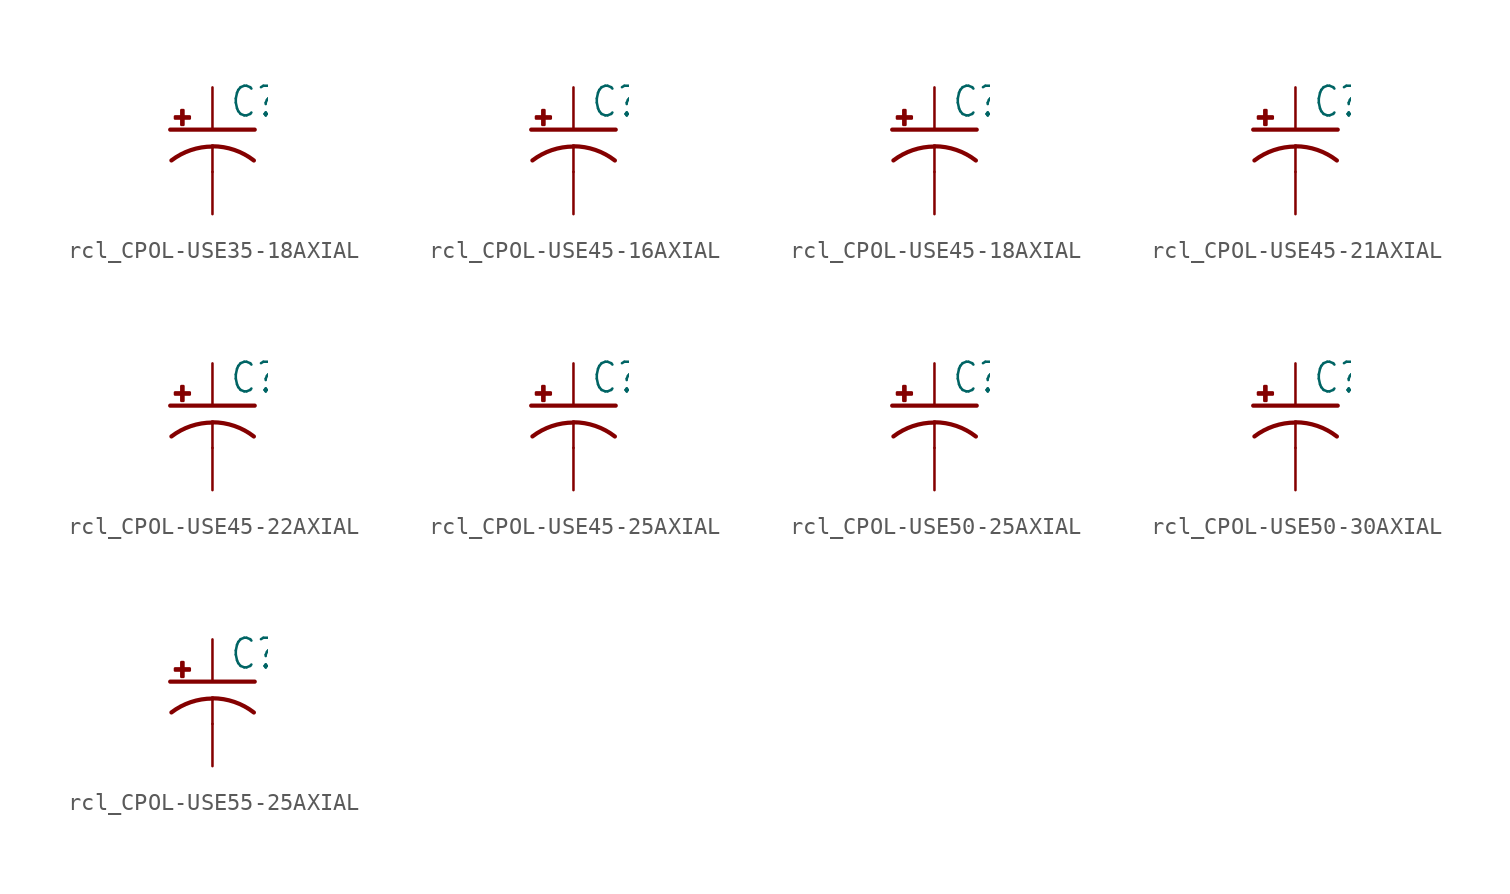
<source format=kicad_sym>
(kicad_symbol_lib
  (version 20220914)
  (generator kicad_symbol_editor)
  (symbol "rcl_CPOL-USE35-18AXIAL"
    (property "Reference" "C"
      (at 1.016 0.635 0)
      (effects (font (size 1.778 1.511)) (justify left bottom)))
    (property "Value" ""
      (at 1.016 -4.191 0)
      (effects (font (size 1.778 1.511)) (justify left bottom)))
    (property "ki_locked" ""
      (at 0 0 0)
      (effects (font (size 1.27 1.27))))
    (symbol "rcl_CPOL-USE35-18AXIAL_1_0"
      (rectangle (start -2.253 0.668) (end -1.364 0.795) (stroke (width 0) (type default)) (fill (type outline)))
      (rectangle (start -1.872 0.287) (end -1.745 1.176) (stroke (width 0) (type default)) (fill (type outline)))
      (arc (start 0 -1.0161) (mid -1.3021 -1.2303) (end -2.4669 -1.8504) (stroke (width 0.254) (type solid)) (fill (type none)))
      (polyline (pts (xy -2.54 0) (xy 2.54 0)) (stroke (width 0.254) (type solid)) (fill (type none)))
      (polyline (pts (xy 0 -1.016) (xy 0 -2.54)) (stroke (width 0.152) (type solid)) (fill (type none)))
      (arc (start 2.4892 -1.8541) (mid 1.3158 -1.2194) (end 0 -1) (stroke (width 0.254) (type solid)) (fill (type none)))
      (pin passive line (at 0 2.54 270) (length 2.54) (name "+" (effects (font (size 0 0)))) (number "+" (effects (font (size 0 0)))))
      (pin passive line (at 0 -5.08 90) (length 2.54) (name "-" (effects (font (size 0 0)))) (number "-" (effects (font (size 0 0)))))))
  (symbol "rcl_CPOL-USE45-16AXIAL"
    (property "Reference" "C"
      (at 1.016 0.635 0)
      (effects (font (size 1.778 1.511)) (justify left bottom)))
    (property "Value" ""
      (at 1.016 -4.191 0)
      (effects (font (size 1.778 1.511)) (justify left bottom)))
    (property "ki_locked" ""
      (at 0 0 0)
      (effects (font (size 1.27 1.27))))
    (symbol "rcl_CPOL-USE45-16AXIAL_1_0"
      (rectangle (start -2.253 0.668) (end -1.364 0.795) (stroke (width 0) (type default)) (fill (type outline)))
      (rectangle (start -1.872 0.287) (end -1.745 1.176) (stroke (width 0) (type default)) (fill (type outline)))
      (arc (start 0 -1.0161) (mid -1.3021 -1.2303) (end -2.4669 -1.8504) (stroke (width 0.254) (type solid)) (fill (type none)))
      (polyline (pts (xy -2.54 0) (xy 2.54 0)) (stroke (width 0.254) (type solid)) (fill (type none)))
      (polyline (pts (xy 0 -1.016) (xy 0 -2.54)) (stroke (width 0.152) (type solid)) (fill (type none)))
      (arc (start 2.4892 -1.8541) (mid 1.3158 -1.2194) (end 0 -1) (stroke (width 0.254) (type solid)) (fill (type none)))
      (pin passive line (at 0 2.54 270) (length 2.54) (name "+" (effects (font (size 0 0)))) (number "+" (effects (font (size 0 0)))))
      (pin passive line (at 0 -5.08 90) (length 2.54) (name "-" (effects (font (size 0 0)))) (number "-" (effects (font (size 0 0)))))))
  (symbol "rcl_CPOL-USE45-18AXIAL"
    (property "Reference" "C"
      (at 1.016 0.635 0)
      (effects (font (size 1.778 1.511)) (justify left bottom)))
    (property "Value" ""
      (at 1.016 -4.191 0)
      (effects (font (size 1.778 1.511)) (justify left bottom)))
    (property "ki_locked" ""
      (at 0 0 0)
      (effects (font (size 1.27 1.27))))
    (symbol "rcl_CPOL-USE45-18AXIAL_1_0"
      (rectangle (start -2.253 0.668) (end -1.364 0.795) (stroke (width 0) (type default)) (fill (type outline)))
      (rectangle (start -1.872 0.287) (end -1.745 1.176) (stroke (width 0) (type default)) (fill (type outline)))
      (arc (start 0 -1.0161) (mid -1.3021 -1.2303) (end -2.4669 -1.8504) (stroke (width 0.254) (type solid)) (fill (type none)))
      (polyline (pts (xy -2.54 0) (xy 2.54 0)) (stroke (width 0.254) (type solid)) (fill (type none)))
      (polyline (pts (xy 0 -1.016) (xy 0 -2.54)) (stroke (width 0.152) (type solid)) (fill (type none)))
      (arc (start 2.4892 -1.8541) (mid 1.3158 -1.2194) (end 0 -1) (stroke (width 0.254) (type solid)) (fill (type none)))
      (pin passive line (at 0 2.54 270) (length 2.54) (name "+" (effects (font (size 0 0)))) (number "+" (effects (font (size 0 0)))))
      (pin passive line (at 0 -5.08 90) (length 2.54) (name "-" (effects (font (size 0 0)))) (number "-" (effects (font (size 0 0)))))))
  (symbol "rcl_CPOL-USE45-21AXIAL"
    (property "Reference" "C"
      (at 1.016 0.635 0)
      (effects (font (size 1.778 1.511)) (justify left bottom)))
    (property "Value" ""
      (at 1.016 -4.191 0)
      (effects (font (size 1.778 1.511)) (justify left bottom)))
    (property "ki_locked" ""
      (at 0 0 0)
      (effects (font (size 1.27 1.27))))
    (symbol "rcl_CPOL-USE45-21AXIAL_1_0"
      (rectangle (start -2.253 0.668) (end -1.364 0.795) (stroke (width 0) (type default)) (fill (type outline)))
      (rectangle (start -1.872 0.287) (end -1.745 1.176) (stroke (width 0) (type default)) (fill (type outline)))
      (arc (start 0 -1.0161) (mid -1.3021 -1.2303) (end -2.4669 -1.8504) (stroke (width 0.254) (type solid)) (fill (type none)))
      (polyline (pts (xy -2.54 0) (xy 2.54 0)) (stroke (width 0.254) (type solid)) (fill (type none)))
      (polyline (pts (xy 0 -1.016) (xy 0 -2.54)) (stroke (width 0.152) (type solid)) (fill (type none)))
      (arc (start 2.4892 -1.8541) (mid 1.3158 -1.2194) (end 0 -1) (stroke (width 0.254) (type solid)) (fill (type none)))
      (pin passive line (at 0 2.54 270) (length 2.54) (name "+" (effects (font (size 0 0)))) (number "+" (effects (font (size 0 0)))))
      (pin passive line (at 0 -5.08 90) (length 2.54) (name "-" (effects (font (size 0 0)))) (number "-" (effects (font (size 0 0)))))))
  (symbol "rcl_CPOL-USE45-22AXIAL"
    (property "Reference" "C"
      (at 1.016 0.635 0)
      (effects (font (size 1.778 1.511)) (justify left bottom)))
    (property "Value" ""
      (at 1.016 -4.191 0)
      (effects (font (size 1.778 1.511)) (justify left bottom)))
    (property "ki_locked" ""
      (at 0 0 0)
      (effects (font (size 1.27 1.27))))
    (symbol "rcl_CPOL-USE45-22AXIAL_1_0"
      (rectangle (start -2.253 0.668) (end -1.364 0.795) (stroke (width 0) (type default)) (fill (type outline)))
      (rectangle (start -1.872 0.287) (end -1.745 1.176) (stroke (width 0) (type default)) (fill (type outline)))
      (arc (start 0 -1.0161) (mid -1.3021 -1.2303) (end -2.4669 -1.8504) (stroke (width 0.254) (type solid)) (fill (type none)))
      (polyline (pts (xy -2.54 0) (xy 2.54 0)) (stroke (width 0.254) (type solid)) (fill (type none)))
      (polyline (pts (xy 0 -1.016) (xy 0 -2.54)) (stroke (width 0.152) (type solid)) (fill (type none)))
      (arc (start 2.4892 -1.8541) (mid 1.3158 -1.2194) (end 0 -1) (stroke (width 0.254) (type solid)) (fill (type none)))
      (pin passive line (at 0 2.54 270) (length 2.54) (name "+" (effects (font (size 0 0)))) (number "+" (effects (font (size 0 0)))))
      (pin passive line (at 0 -5.08 90) (length 2.54) (name "-" (effects (font (size 0 0)))) (number "-" (effects (font (size 0 0)))))))
  (symbol "rcl_CPOL-USE45-25AXIAL"
    (property "Reference" "C"
      (at 1.016 0.635 0)
      (effects (font (size 1.778 1.511)) (justify left bottom)))
    (property "Value" ""
      (at 1.016 -4.191 0)
      (effects (font (size 1.778 1.511)) (justify left bottom)))
    (property "ki_locked" ""
      (at 0 0 0)
      (effects (font (size 1.27 1.27))))
    (symbol "rcl_CPOL-USE45-25AXIAL_1_0"
      (rectangle (start -2.253 0.668) (end -1.364 0.795) (stroke (width 0) (type default)) (fill (type outline)))
      (rectangle (start -1.872 0.287) (end -1.745 1.176) (stroke (width 0) (type default)) (fill (type outline)))
      (arc (start 0 -1.0161) (mid -1.3021 -1.2303) (end -2.4669 -1.8504) (stroke (width 0.254) (type solid)) (fill (type none)))
      (polyline (pts (xy -2.54 0) (xy 2.54 0)) (stroke (width 0.254) (type solid)) (fill (type none)))
      (polyline (pts (xy 0 -1.016) (xy 0 -2.54)) (stroke (width 0.152) (type solid)) (fill (type none)))
      (arc (start 2.4892 -1.8541) (mid 1.3158 -1.2194) (end 0 -1) (stroke (width 0.254) (type solid)) (fill (type none)))
      (pin passive line (at 0 2.54 270) (length 2.54) (name "+" (effects (font (size 0 0)))) (number "+" (effects (font (size 0 0)))))
      (pin passive line (at 0 -5.08 90) (length 2.54) (name "-" (effects (font (size 0 0)))) (number "-" (effects (font (size 0 0)))))))
  (symbol "rcl_CPOL-USE50-25AXIAL"
    (property "Reference" "C"
      (at 1.016 0.635 0)
      (effects (font (size 1.778 1.511)) (justify left bottom)))
    (property "Value" ""
      (at 1.016 -4.191 0)
      (effects (font (size 1.778 1.511)) (justify left bottom)))
    (property "ki_locked" ""
      (at 0 0 0)
      (effects (font (size 1.27 1.27))))
    (symbol "rcl_CPOL-USE50-25AXIAL_1_0"
      (rectangle (start -2.253 0.668) (end -1.364 0.795) (stroke (width 0) (type default)) (fill (type outline)))
      (rectangle (start -1.872 0.287) (end -1.745 1.176) (stroke (width 0) (type default)) (fill (type outline)))
      (arc (start 0 -1.0161) (mid -1.3021 -1.2303) (end -2.4669 -1.8504) (stroke (width 0.254) (type solid)) (fill (type none)))
      (polyline (pts (xy -2.54 0) (xy 2.54 0)) (stroke (width 0.254) (type solid)) (fill (type none)))
      (polyline (pts (xy 0 -1.016) (xy 0 -2.54)) (stroke (width 0.152) (type solid)) (fill (type none)))
      (arc (start 2.4892 -1.8541) (mid 1.3158 -1.2194) (end 0 -1) (stroke (width 0.254) (type solid)) (fill (type none)))
      (pin passive line (at 0 2.54 270) (length 2.54) (name "+" (effects (font (size 0 0)))) (number "+" (effects (font (size 0 0)))))
      (pin passive line (at 0 -5.08 90) (length 2.54) (name "-" (effects (font (size 0 0)))) (number "-" (effects (font (size 0 0)))))))
  (symbol "rcl_CPOL-USE50-30AXIAL"
    (property "Reference" "C"
      (at 1.016 0.635 0)
      (effects (font (size 1.778 1.511)) (justify left bottom)))
    (property "Value" ""
      (at 1.016 -4.191 0)
      (effects (font (size 1.778 1.511)) (justify left bottom)))
    (property "ki_locked" ""
      (at 0 0 0)
      (effects (font (size 1.27 1.27))))
    (symbol "rcl_CPOL-USE50-30AXIAL_1_0"
      (rectangle (start -2.253 0.668) (end -1.364 0.795) (stroke (width 0) (type default)) (fill (type outline)))
      (rectangle (start -1.872 0.287) (end -1.745 1.176) (stroke (width 0) (type default)) (fill (type outline)))
      (arc (start 0 -1.0161) (mid -1.3021 -1.2303) (end -2.4669 -1.8504) (stroke (width 0.254) (type solid)) (fill (type none)))
      (polyline (pts (xy -2.54 0) (xy 2.54 0)) (stroke (width 0.254) (type solid)) (fill (type none)))
      (polyline (pts (xy 0 -1.016) (xy 0 -2.54)) (stroke (width 0.152) (type solid)) (fill (type none)))
      (arc (start 2.4892 -1.8541) (mid 1.3158 -1.2194) (end 0 -1) (stroke (width 0.254) (type solid)) (fill (type none)))
      (pin passive line (at 0 2.54 270) (length 2.54) (name "+" (effects (font (size 0 0)))) (number "+" (effects (font (size 0 0)))))
      (pin passive line (at 0 -5.08 90) (length 2.54) (name "-" (effects (font (size 0 0)))) (number "-" (effects (font (size 0 0)))))))
  (symbol "rcl_CPOL-USE55-25AXIAL"
    (property "Reference" "C"
      (at 1.016 0.635 0)
      (effects (font (size 1.778 1.511)) (justify left bottom)))
    (property "Value" ""
      (at 1.016 -4.191 0)
      (effects (font (size 1.778 1.511)) (justify left bottom)))
    (property "ki_locked" ""
      (at 0 0 0)
      (effects (font (size 1.27 1.27))))
    (symbol "rcl_CPOL-USE55-25AXIAL_1_0"
      (rectangle (start -2.253 0.668) (end -1.364 0.795) (stroke (width 0) (type default)) (fill (type outline)))
      (rectangle (start -1.872 0.287) (end -1.745 1.176) (stroke (width 0) (type default)) (fill (type outline)))
      (arc (start 0 -1.0161) (mid -1.3021 -1.2303) (end -2.4669 -1.8504) (stroke (width 0.254) (type solid)) (fill (type none)))
      (polyline (pts (xy -2.54 0) (xy 2.54 0)) (stroke (width 0.254) (type solid)) (fill (type none)))
      (polyline (pts (xy 0 -1.016) (xy 0 -2.54)) (stroke (width 0.152) (type solid)) (fill (type none)))
      (arc (start 2.4892 -1.8541) (mid 1.3158 -1.2194) (end 0 -1) (stroke (width 0.254) (type solid)) (fill (type none)))
      (pin passive line (at 0 2.54 270) (length 2.54) (name "+" (effects (font (size 0 0)))) (number "+" (effects (font (size 0 0)))))
      (pin passive line (at 0 -5.08 90) (length 2.54) (name "-" (effects (font (size 0 0)))) (number "-" (effects (font (size 0 0))))))))
</source>
